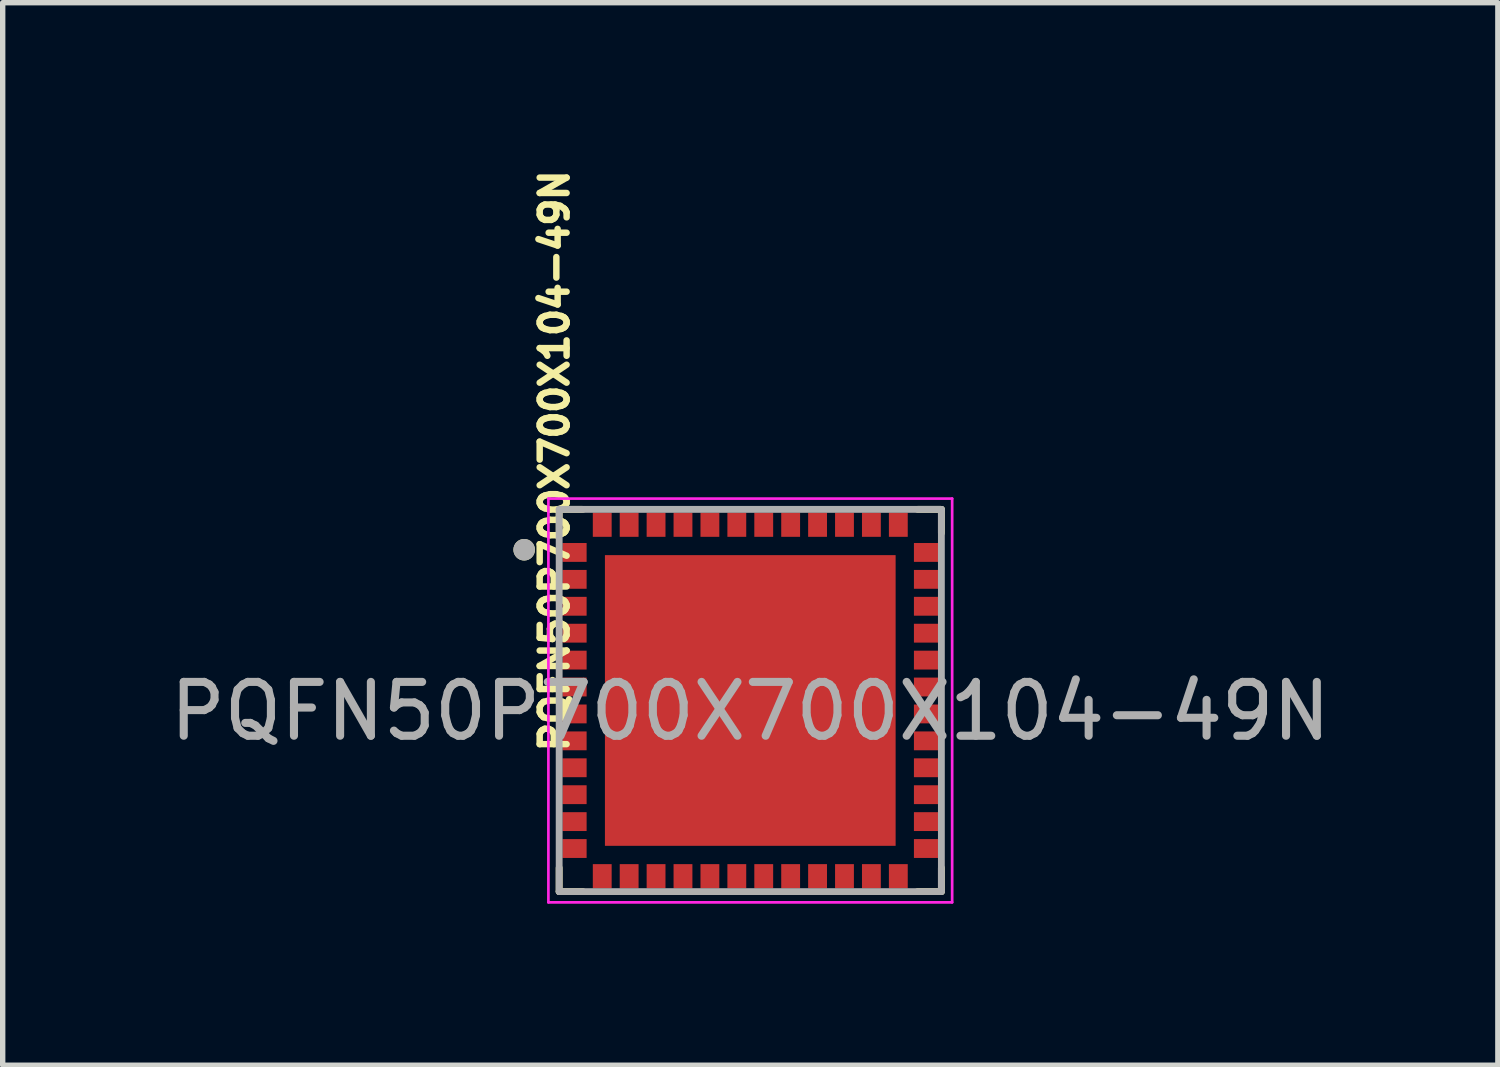
<source format=kicad_pcb>
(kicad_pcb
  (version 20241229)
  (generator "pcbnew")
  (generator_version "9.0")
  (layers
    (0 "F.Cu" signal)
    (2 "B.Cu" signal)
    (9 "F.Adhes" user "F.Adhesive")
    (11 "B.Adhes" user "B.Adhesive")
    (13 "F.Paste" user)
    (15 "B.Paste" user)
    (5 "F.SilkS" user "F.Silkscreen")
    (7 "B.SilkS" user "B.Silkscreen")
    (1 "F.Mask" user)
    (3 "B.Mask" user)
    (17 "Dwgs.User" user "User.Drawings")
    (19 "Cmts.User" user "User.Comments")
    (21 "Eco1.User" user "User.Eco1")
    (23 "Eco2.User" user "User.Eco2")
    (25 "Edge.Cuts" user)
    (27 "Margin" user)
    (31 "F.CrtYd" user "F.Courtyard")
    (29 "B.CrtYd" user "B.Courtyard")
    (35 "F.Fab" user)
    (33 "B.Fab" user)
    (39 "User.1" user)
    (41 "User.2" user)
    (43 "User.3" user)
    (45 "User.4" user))
  (footprint "PQFN50P700X700X104-49N"
    (layer "F.Cu")
    (at 10.887 9.962)
    (property "Reference" "PQFN50P700X700X104-49N" (at -3.637 -4.451 90) (layer "F.SilkS") (effects (font (size 0.5 0.5) (thickness 0.12))))
    (attr smd)
    (fp_line (start -3.55 -3.55) (end -3.11 -3.55) (stroke (width 0.127) (type solid)) (layer "F.SilkS"))
    (fp_line (start -3.55 -3.11) (end -3.55 -3.55) (stroke (width 0.127) (type solid)) (layer "F.SilkS"))
    (fp_line (start -3.55 3.11) (end -3.55 3.55) (stroke (width 0.127) (type solid)) (layer "F.SilkS"))
    (fp_line (start -3.55 3.55) (end -3.11 3.55) (stroke (width 0.127) (type solid)) (layer "F.SilkS"))
    (fp_line (start 3.55 -3.55) (end 3.11 -3.55) (stroke (width 0.127) (type solid)) (layer "F.SilkS"))
    (fp_line (start 3.55 -3.11) (end 3.55 -3.55) (stroke (width 0.127) (type solid)) (layer "F.SilkS"))
    (fp_line (start 3.55 3.11) (end 3.55 3.55) (stroke (width 0.127) (type solid)) (layer "F.SilkS"))
    (fp_line (start 3.55 3.55) (end 3.11 3.55) (stroke (width 0.127) (type solid)) (layer "F.SilkS"))
    (fp_circle (center -4.2 -2.8) (end -4.1 -2.8) (stroke (width 0.2) (type solid)) (fill no) (layer "F.SilkS"))
    (fp_poly (pts (xy -2.305 -0.395) (xy -2.305 -2.305) (xy -0.395 -2.305) (xy -0.395 -0.395)) (stroke (width 0) (type solid)) (fill yes) (layer "F.Paste"))
    (fp_poly (pts (xy -0.395 2.305) (xy -2.305 2.305) (xy -2.305 0.395) (xy -0.395 0.395)) (stroke (width 0) (type solid)) (fill yes) (layer "F.Paste"))
    (fp_poly (pts (xy 0.395 -2.305) (xy 2.305 -2.305) (xy 2.305 -0.395) (xy 0.395 -0.395)) (stroke (width 0) (type solid)) (fill yes) (layer "F.Paste"))
    (fp_poly (pts (xy 2.305 0.395) (xy 2.305 2.305) (xy 0.395 2.305) (xy 0.395 0.395)) (stroke (width 0) (type solid)) (fill yes) (layer "F.Paste"))
    (fp_line (start -3.75 -3.75) (end -3.75 3.75) (stroke (width 0.05) (type solid)) (layer "F.CrtYd"))
    (fp_line (start -3.75 3.75) (end 3.75 3.75) (stroke (width 0.05) (type solid)) (layer "F.CrtYd"))
    (fp_line (start 3.75 -3.75) (end -3.75 -3.75) (stroke (width 0.05) (type solid)) (layer "F.CrtYd"))
    (fp_line (start 3.75 3.75) (end 3.75 -3.75) (stroke (width 0.05) (type solid)) (layer "F.CrtYd"))
    (fp_line (start -3.55 -3.55) (end 3.55 -3.55) (stroke (width 0.127) (type solid)) (layer "F.Fab"))
    (fp_line (start -3.55 3.55) (end -3.55 -3.55) (stroke (width 0.127) (type solid)) (layer "F.Fab"))
    (fp_line (start 3.55 -3.55) (end 3.55 3.55) (stroke (width 0.127) (type solid)) (layer "F.Fab"))
    (fp_line (start 3.55 3.55) (end -3.55 3.55) (stroke (width 0.127) (type solid)) (layer "F.Fab"))
    (fp_circle (center -4.2 -2.8) (end -4.1 -2.8) (stroke (width 0.2) (type solid)) (fill no) (layer "F.Fab"))
    (fp_text user "${REFERENCE}" (at 0 0.2 0) (layer "F.Fab") (effects (font (size 1 1) (thickness 0.15))))
    (pad "1" smd rect (at -3.265 -2.75 180) (size 0.45 0.35) (layers "F.Cu" "F.Mask" "F.Paste"))
    (pad "2" smd rect (at -3.265 -2.25 180) (size 0.45 0.35) (layers "F.Cu" "F.Mask" "F.Paste"))
    (pad "3" smd rect (at -3.265 -1.75 180) (size 0.45 0.35) (layers "F.Cu" "F.Mask" "F.Paste"))
    (pad "4" smd rect (at -3.265 -1.25 180) (size 0.45 0.35) (layers "F.Cu" "F.Mask" "F.Paste"))
    (pad "5" smd rect (at -3.265 -0.75 180) (size 0.45 0.35) (layers "F.Cu" "F.Mask" "F.Paste"))
    (pad "6" smd rect (at -3.265 -0.25 180) (size 0.45 0.35) (layers "F.Cu" "F.Mask" "F.Paste"))
    (pad "7" smd rect (at -3.265 0.25 180) (size 0.45 0.35) (layers "F.Cu" "F.Mask" "F.Paste"))
    (pad "8" smd rect (at -3.265 0.75 180) (size 0.45 0.35) (layers "F.Cu" "F.Mask" "F.Paste"))
    (pad "9" smd rect (at -3.265 1.25 180) (size 0.45 0.35) (layers "F.Cu" "F.Mask" "F.Paste"))
    (pad "10" smd rect (at -3.265 1.75 180) (size 0.45 0.35) (layers "F.Cu" "F.Mask" "F.Paste"))
    (pad "11" smd rect (at -3.265 2.25 180) (size 0.45 0.35) (layers "F.Cu" "F.Mask" "F.Paste"))
    (pad "12" smd rect (at -3.265 2.75 180) (size 0.45 0.35) (layers "F.Cu" "F.Mask" "F.Paste"))
    (pad "13" smd rect (at -2.75 3.265 270) (size 0.45 0.35) (layers "F.Cu" "F.Mask" "F.Paste"))
    (pad "14" smd rect (at -2.25 3.265 270) (size 0.45 0.35) (layers "F.Cu" "F.Mask" "F.Paste"))
    (pad "15" smd rect (at -1.75 3.265 270) (size 0.45 0.35) (layers "F.Cu" "F.Mask" "F.Paste"))
    (pad "16" smd rect (at -1.25 3.265 270) (size 0.45 0.35) (layers "F.Cu" "F.Mask" "F.Paste"))
    (pad "17" smd rect (at -0.75 3.265 270) (size 0.45 0.35) (layers "F.Cu" "F.Mask" "F.Paste"))
    (pad "18" smd rect (at -0.25 3.265 270) (size 0.45 0.35) (layers "F.Cu" "F.Mask" "F.Paste"))
    (pad "19" smd rect (at 0.25 3.265 270) (size 0.45 0.35) (layers "F.Cu" "F.Mask" "F.Paste"))
    (pad "20" smd rect (at 0.75 3.265 270) (size 0.45 0.35) (layers "F.Cu" "F.Mask" "F.Paste"))
    (pad "21" smd rect (at 1.25 3.265 270) (size 0.45 0.35) (layers "F.Cu" "F.Mask" "F.Paste"))
    (pad "22" smd rect (at 1.75 3.265 270) (size 0.45 0.35) (layers "F.Cu" "F.Mask" "F.Paste"))
    (pad "23" smd rect (at 2.25 3.265 270) (size 0.45 0.35) (layers "F.Cu" "F.Mask" "F.Paste"))
    (pad "24" smd rect (at 2.75 3.265 270) (size 0.45 0.35) (layers "F.Cu" "F.Mask" "F.Paste"))
    (pad "25" smd rect (at 3.265 2.75) (size 0.45 0.35) (layers "F.Cu" "F.Mask" "F.Paste"))
    (pad "26" smd rect (at 3.265 2.25) (size 0.45 0.35) (layers "F.Cu" "F.Mask" "F.Paste"))
    (pad "27" smd rect (at 3.265 1.75) (size 0.45 0.35) (layers "F.Cu" "F.Mask" "F.Paste"))
    (pad "28" smd rect (at 3.265 1.25) (size 0.45 0.35) (layers "F.Cu" "F.Mask" "F.Paste"))
    (pad "29" smd rect (at 3.265 0.75) (size 0.45 0.35) (layers "F.Cu" "F.Mask" "F.Paste"))
    (pad "30" smd rect (at 3.265 0.25) (size 0.45 0.35) (layers "F.Cu" "F.Mask" "F.Paste"))
    (pad "31" smd rect (at 3.265 -0.25) (size 0.45 0.35) (layers "F.Cu" "F.Mask" "F.Paste"))
    (pad "32" smd rect (at 3.265 -0.75) (size 0.45 0.35) (layers "F.Cu" "F.Mask" "F.Paste"))
    (pad "33" smd rect (at 3.265 -1.25) (size 0.45 0.35) (layers "F.Cu" "F.Mask" "F.Paste"))
    (pad "34" smd rect (at 3.265 -1.75) (size 0.45 0.35) (layers "F.Cu" "F.Mask" "F.Paste"))
    (pad "35" smd rect (at 3.265 -2.25) (size 0.45 0.35) (layers "F.Cu" "F.Mask" "F.Paste"))
    (pad "36" smd rect (at 3.265 -2.75) (size 0.45 0.35) (layers "F.Cu" "F.Mask" "F.Paste"))
    (pad "37" smd rect (at 2.75 -3.265 90) (size 0.45 0.35) (layers "F.Cu" "F.Mask" "F.Paste"))
    (pad "38" smd rect (at 2.25 -3.265 90) (size 0.45 0.35) (layers "F.Cu" "F.Mask" "F.Paste"))
    (pad "39" smd rect (at 1.75 -3.265 90) (size 0.45 0.35) (layers "F.Cu" "F.Mask" "F.Paste"))
    (pad "40" smd rect (at 1.25 -3.265 90) (size 0.45 0.35) (layers "F.Cu" "F.Mask" "F.Paste"))
    (pad "41" smd rect (at 0.75 -3.265 90) (size 0.45 0.35) (layers "F.Cu" "F.Mask" "F.Paste"))
    (pad "42" smd rect (at 0.25 -3.265 90) (size 0.45 0.35) (layers "F.Cu" "F.Mask" "F.Paste"))
    (pad "43" smd rect (at -0.25 -3.265 90) (size 0.45 0.35) (layers "F.Cu" "F.Mask" "F.Paste"))
    (pad "44" smd rect (at -0.75 -3.265 90) (size 0.45 0.35) (layers "F.Cu" "F.Mask" "F.Paste"))
    (pad "45" smd rect (at -1.25 -3.265 90) (size 0.45 0.35) (layers "F.Cu" "F.Mask" "F.Paste"))
    (pad "46" smd rect (at -1.75 -3.265 90) (size 0.45 0.35) (layers "F.Cu" "F.Mask" "F.Paste"))
    (pad "47" smd rect (at -2.25 -3.265 90) (size 0.45 0.35) (layers "F.Cu" "F.Mask" "F.Paste"))
    (pad "48" smd rect (at -2.75 -3.265 90) (size 0.45 0.35) (layers "F.Cu" "F.Mask" "F.Paste"))
    (pad "49" smd rect (at 0 0) (size 5.4 5.4) (layers "F.Cu" "F.Mask" "F.Paste")))
  (gr_rect
    (start -3 -3)
    (end 24.774 16.737)
    (stroke (width 0.1) (type default))
    (fill no)
    (layer "Edge.Cuts")))
</source>
